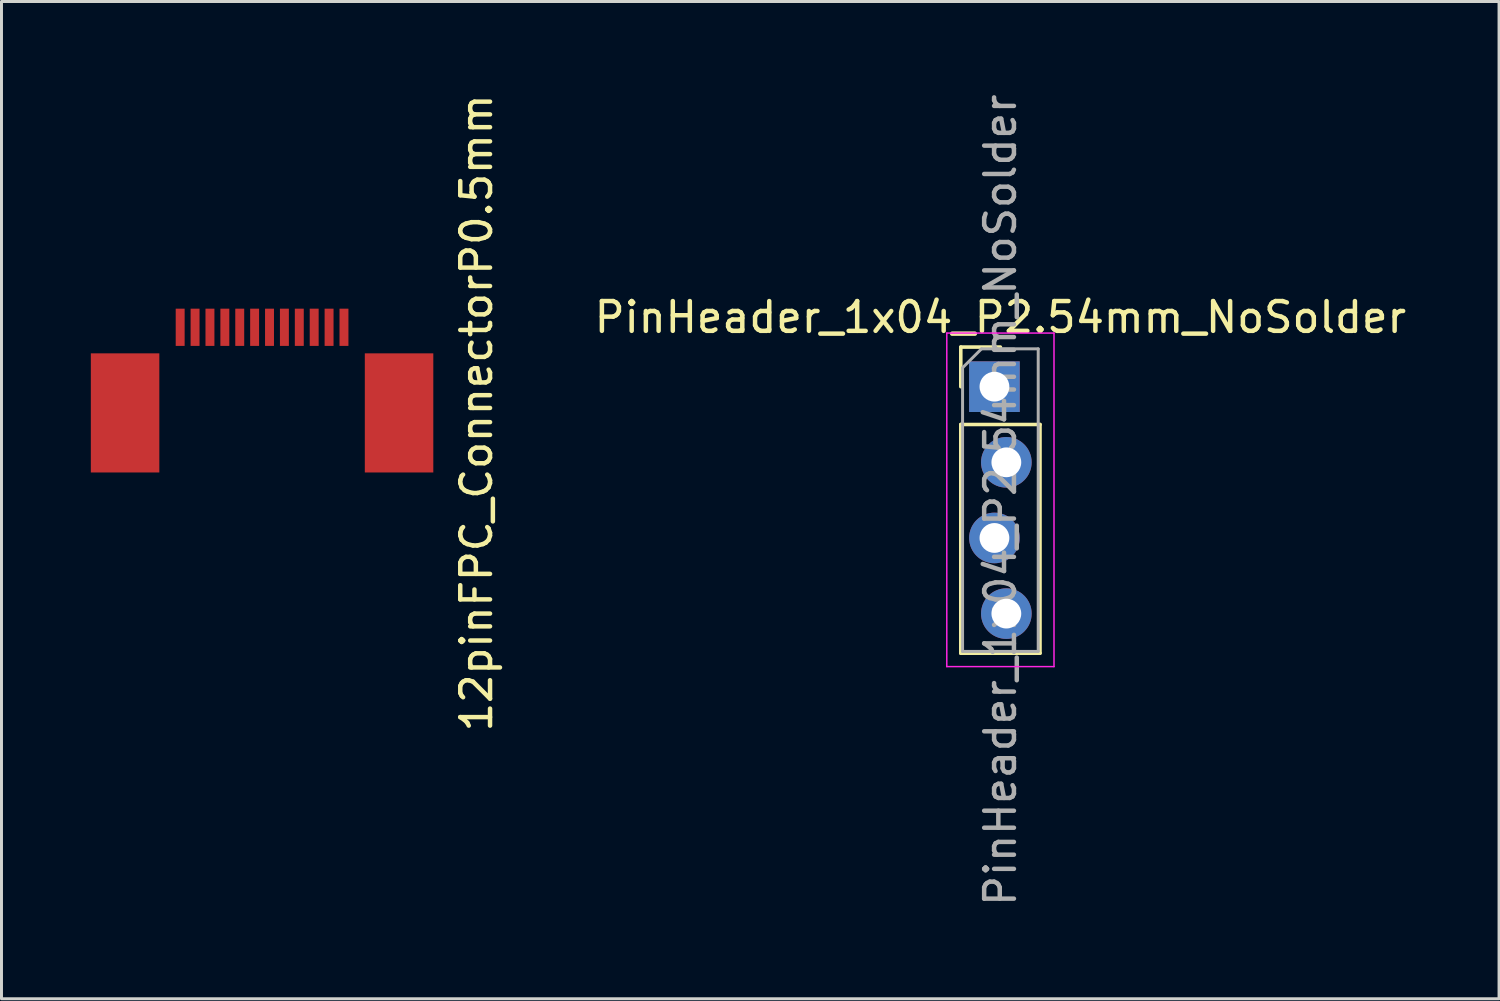
<source format=kicad_pcb>
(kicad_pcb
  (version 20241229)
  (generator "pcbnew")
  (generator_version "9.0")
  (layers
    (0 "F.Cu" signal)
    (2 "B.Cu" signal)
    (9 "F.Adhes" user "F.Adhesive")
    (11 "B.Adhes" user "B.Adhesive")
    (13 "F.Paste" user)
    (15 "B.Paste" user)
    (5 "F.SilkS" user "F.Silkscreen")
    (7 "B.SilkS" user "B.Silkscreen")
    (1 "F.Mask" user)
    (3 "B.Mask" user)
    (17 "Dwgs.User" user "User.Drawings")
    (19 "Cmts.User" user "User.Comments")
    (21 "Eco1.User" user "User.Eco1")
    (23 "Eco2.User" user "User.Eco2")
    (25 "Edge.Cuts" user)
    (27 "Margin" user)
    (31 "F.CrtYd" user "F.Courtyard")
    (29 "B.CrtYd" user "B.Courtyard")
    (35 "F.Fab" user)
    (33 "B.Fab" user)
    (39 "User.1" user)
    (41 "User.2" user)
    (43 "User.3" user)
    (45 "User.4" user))
  (footprint "PinHeader_1x04_P2.54mm_NoSolder"
    (layer "F.Cu")
    (at 30.542 9.934)
    (property "Reference" "PinHeader_1x04_P2.54mm_NoSolder" (at 0 -2.33 0) (layer "F.SilkS") (effects (font (size 1 1) (thickness 0.15))))
    (attr through_hole)
    (fp_line (start -1.33 -1.33) (end 0 -1.33) (stroke (width 0.12) (type solid)) (layer "F.SilkS"))
    (fp_line (start -1.33 0) (end -1.33 -1.33) (stroke (width 0.12) (type solid)) (layer "F.SilkS"))
    (fp_line (start -1.33 1.27) (end -1.33 8.95) (stroke (width 0.12) (type solid)) (layer "F.SilkS"))
    (fp_line (start -1.33 1.27) (end 1.33 1.27) (stroke (width 0.12) (type solid)) (layer "F.SilkS"))
    (fp_line (start -1.33 8.95) (end 1.33 8.95) (stroke (width 0.12) (type solid)) (layer "F.SilkS"))
    (fp_line (start 1.33 1.27) (end 1.33 8.95) (stroke (width 0.12) (type solid)) (layer "F.SilkS"))
    (fp_line (start -1.8 -1.8) (end -1.8 9.4) (stroke (width 0.05) (type solid)) (layer "F.CrtYd"))
    (fp_line (start -1.8 9.4) (end 1.8 9.4) (stroke (width 0.05) (type solid)) (layer "F.CrtYd"))
    (fp_line (start 1.8 -1.8) (end -1.8 -1.8) (stroke (width 0.05) (type solid)) (layer "F.CrtYd"))
    (fp_line (start 1.8 9.4) (end 1.8 -1.8) (stroke (width 0.05) (type solid)) (layer "F.CrtYd"))
    (fp_line (start -1.27 -0.635) (end -0.635 -1.27) (stroke (width 0.1) (type solid)) (layer "F.Fab"))
    (fp_line (start -1.27 8.89) (end -1.27 -0.635) (stroke (width 0.1) (type solid)) (layer "F.Fab"))
    (fp_line (start -0.635 -1.27) (end 1.27 -1.27) (stroke (width 0.1) (type solid)) (layer "F.Fab"))
    (fp_line (start 1.27 -1.27) (end 1.27 8.89) (stroke (width 0.1) (type solid)) (layer "F.Fab"))
    (fp_line (start 1.27 8.89) (end -1.27 8.89) (stroke (width 0.1) (type solid)) (layer "F.Fab"))
    (fp_text user "${REFERENCE}" (at 0 3.81 90) (layer "F.Fab") (effects (font (size 1 1) (thickness 0.15))))
    (pad "1" thru_hole rect (at -0.2 0) (size 1.7 1.7) (drill 1) (layers "*.Cu" "*.Mask"))
    (pad "2" thru_hole oval (at 0.2 2.54) (size 1.7 1.7) (drill 1) (layers "*.Cu" "*.Mask"))
    (pad "3" thru_hole oval (at -0.2 5.08) (size 1.7 1.7) (drill 1) (layers "*.Cu" "*.Mask"))
    (pad "4" thru_hole oval (at 0.2 7.62) (size 1.7 1.7) (drill 1) (layers "*.Cu" "*.Mask")))
  (footprint "12pinFPC_ConnectorP0.5mm"
    (layer "F.Cu")
    (at 5.75 7.315)
    (property "Reference" "12pinFPC_ConnectorP0.5mm" (at 7.2 3.5 270) (layer "F.SilkS") (effects (font (size 1 1) (thickness 0.15))))
    (attr smd)
    (pad "" smd rect (at -4.6 3.5) (size 2.3 4) (layers "F.Cu" "F.Mask" "F.Paste"))
    (pad "" smd rect (at 4.6 3.5) (size 2.3 4) (layers "F.Cu" "F.Mask" "F.Paste"))
    (pad "1" smd rect (at -2.75 0.625) (size 0.3 1.25) (layers "F.Cu" "F.Mask" "F.Paste"))
    (pad "2" smd rect (at -2.25 0.625) (size 0.3 1.25) (layers "F.Cu" "F.Mask" "F.Paste"))
    (pad "3" smd rect (at -1.75 0.625) (size 0.3 1.25) (layers "F.Cu" "F.Mask" "F.Paste"))
    (pad "4" smd rect (at -1.25 0.625) (size 0.3 1.25) (layers "F.Cu" "F.Mask" "F.Paste"))
    (pad "5" smd rect (at -0.75 0.625) (size 0.3 1.25) (layers "F.Cu" "F.Mask" "F.Paste"))
    (pad "6" smd rect (at -0.25 0.625) (size 0.3 1.25) (layers "F.Cu" "F.Mask" "F.Paste"))
    (pad "7" smd rect (at 0.25 0.625) (size 0.3 1.25) (layers "F.Cu" "F.Mask" "F.Paste"))
    (pad "8" smd rect (at 0.75 0.625) (size 0.3 1.25) (layers "F.Cu" "F.Mask" "F.Paste"))
    (pad "9" smd rect (at 1.25 0.625) (size 0.3 1.25) (layers "F.Cu" "F.Mask" "F.Paste"))
    (pad "10" smd rect (at 1.75 0.625) (size 0.3 1.25) (layers "F.Cu" "F.Mask" "F.Paste"))
    (pad "11" smd rect (at 2.25 0.625) (size 0.3 1.25) (layers "F.Cu" "F.Mask" "F.Paste"))
    (pad "12" smd rect (at 2.75 0.625) (size 0.3 1.25) (layers "F.Cu" "F.Mask" "F.Paste")))
  (gr_rect
    (start -3 -3)
    (end 47.286 30.488)
    (stroke (width 0.1) (type default))
    (fill no)
    (layer "Edge.Cuts")))
</source>
